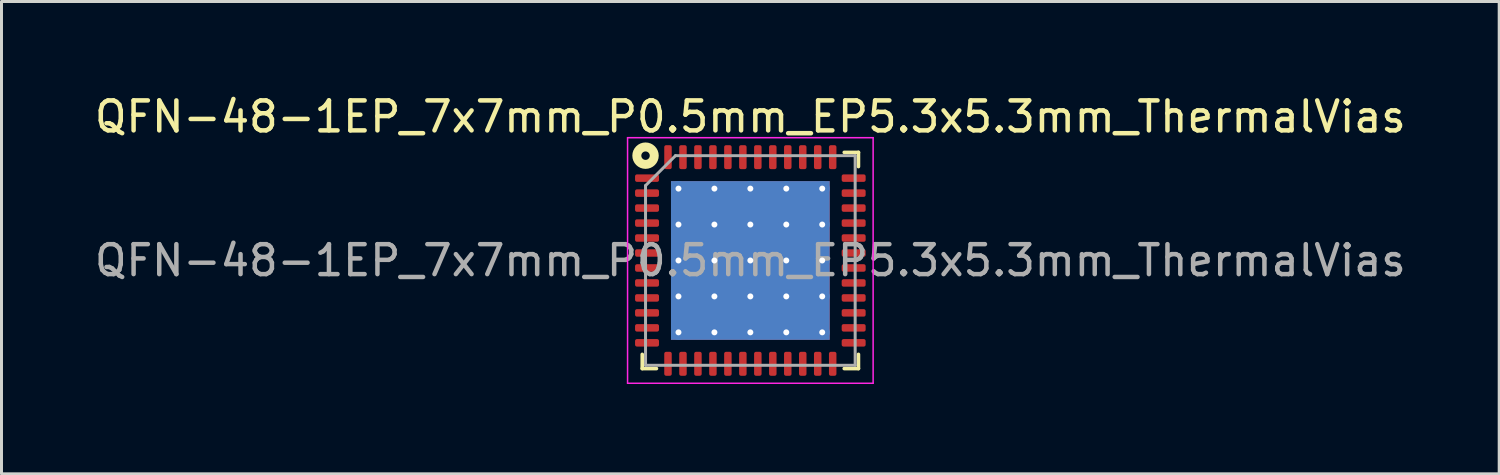
<source format=kicad_pcb>
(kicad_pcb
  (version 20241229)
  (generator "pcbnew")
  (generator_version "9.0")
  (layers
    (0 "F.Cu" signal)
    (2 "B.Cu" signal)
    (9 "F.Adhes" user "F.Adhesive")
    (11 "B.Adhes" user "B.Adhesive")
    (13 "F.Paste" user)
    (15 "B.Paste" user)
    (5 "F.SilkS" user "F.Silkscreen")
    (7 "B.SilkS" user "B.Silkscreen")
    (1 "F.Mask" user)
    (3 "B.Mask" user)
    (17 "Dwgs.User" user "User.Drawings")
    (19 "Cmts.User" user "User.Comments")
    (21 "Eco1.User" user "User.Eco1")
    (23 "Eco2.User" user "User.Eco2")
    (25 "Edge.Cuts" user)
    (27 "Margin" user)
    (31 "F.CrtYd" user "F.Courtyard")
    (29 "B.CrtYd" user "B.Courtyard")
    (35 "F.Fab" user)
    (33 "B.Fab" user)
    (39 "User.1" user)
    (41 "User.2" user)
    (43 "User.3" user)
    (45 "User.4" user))
  (footprint "QFN-48-1EP_7x7mm_P0.5mm_EP5.3x5.3mm_ThermalVias"
    (layer "F.Cu")
    (at 22.006 5.648)
    (property "Reference" "QFN-48-1EP_7x7mm_P0.5mm_EP5.3x5.3mm_ThermalVias" (at 0 -4.8 0) (layer "F.SilkS") (effects (font (size 1 1) (thickness 0.15))))
    (attr smd)
    (fp_line (start -3.61 3.61) (end -3.61 3.135) (stroke (width 0.12) (type solid)) (layer "F.SilkS"))
    (fp_line (start -3.135 3.61) (end -3.61 3.61) (stroke (width 0.12) (type solid)) (layer "F.SilkS"))
    (fp_line (start 3.135 -3.61) (end 3.61 -3.61) (stroke (width 0.12) (type solid)) (layer "F.SilkS"))
    (fp_line (start 3.135 3.61) (end 3.61 3.61) (stroke (width 0.12) (type solid)) (layer "F.SilkS"))
    (fp_line (start 3.61 -3.61) (end 3.61 -3.135) (stroke (width 0.12) (type solid)) (layer "F.SilkS"))
    (fp_line (start 3.61 3.61) (end 3.61 3.135) (stroke (width 0.12) (type solid)) (layer "F.SilkS"))
    (fp_circle (center -3.5 -3.5) (end -3.359 -3.5) (stroke (width 0.3) (type solid)) (fill no) (layer "F.SilkS"))
    (fp_line (start -4.1 -4.1) (end -4.1 4.1) (stroke (width 0.05) (type solid)) (layer "F.CrtYd"))
    (fp_line (start -4.1 4.1) (end 4.1 4.1) (stroke (width 0.05) (type solid)) (layer "F.CrtYd"))
    (fp_line (start 4.1 -4.1) (end -4.1 -4.1) (stroke (width 0.05) (type solid)) (layer "F.CrtYd"))
    (fp_line (start 4.1 4.1) (end 4.1 -4.1) (stroke (width 0.05) (type solid)) (layer "F.CrtYd"))
    (fp_line (start -3.5 -2.5) (end -2.5 -3.5) (stroke (width 0.1) (type solid)) (layer "F.Fab"))
    (fp_line (start -3.5 3.5) (end -3.5 -2.5) (stroke (width 0.1) (type solid)) (layer "F.Fab"))
    (fp_line (start -2.5 -3.5) (end 3.5 -3.5) (stroke (width 0.1) (type solid)) (layer "F.Fab"))
    (fp_line (start 3.5 -3.5) (end 3.5 3.5) (stroke (width 0.1) (type solid)) (layer "F.Fab"))
    (fp_line (start 3.5 3.5) (end -3.5 3.5) (stroke (width 0.1) (type solid)) (layer "F.Fab"))
    (fp_text user "${REFERENCE}" (at 0 0 0) (layer "F.Fab") (effects (font (size 1 1) (thickness 0.15))))
    (pad "" smd roundrect (at -1.8 -1.8) (size 1.026 1.026) (layers "F.Paste") (roundrect_rratio 0.244))
    (pad "" smd roundrect (at -1.8 -0.6) (size 1.026 1.026) (layers "F.Paste") (roundrect_rratio 0.244))
    (pad "" smd roundrect (at -1.8 0.6) (size 1.026 1.026) (layers "F.Paste") (roundrect_rratio 0.244))
    (pad "" smd roundrect (at -1.8 1.8) (size 1.026 1.026) (layers "F.Paste") (roundrect_rratio 0.244))
    (pad "" smd roundrect (at -0.6 -1.8) (size 1.026 1.026) (layers "F.Paste") (roundrect_rratio 0.244))
    (pad "" smd roundrect (at -0.6 -0.6) (size 1.026 1.026) (layers "F.Paste") (roundrect_rratio 0.244))
    (pad "" smd roundrect (at -0.6 0.6) (size 1.026 1.026) (layers "F.Paste") (roundrect_rratio 0.244))
    (pad "" smd roundrect (at -0.6 1.8) (size 1.026 1.026) (layers "F.Paste") (roundrect_rratio 0.244))
    (pad "" smd roundrect (at 0.6 -1.8) (size 1.026 1.026) (layers "F.Paste") (roundrect_rratio 0.244))
    (pad "" smd roundrect (at 0.6 -0.6) (size 1.026 1.026) (layers "F.Paste") (roundrect_rratio 0.244))
    (pad "" smd roundrect (at 0.6 0.6) (size 1.026 1.026) (layers "F.Paste") (roundrect_rratio 0.244))
    (pad "" smd roundrect (at 0.6 1.8) (size 1.026 1.026) (layers "F.Paste") (roundrect_rratio 0.244))
    (pad "" smd roundrect (at 1.8 -1.8) (size 1.026 1.026) (layers "F.Paste") (roundrect_rratio 0.244))
    (pad "" smd roundrect (at 1.8 -0.6) (size 1.026 1.026) (layers "F.Paste") (roundrect_rratio 0.244))
    (pad "" smd roundrect (at 1.8 0.6) (size 1.026 1.026) (layers "F.Paste") (roundrect_rratio 0.244))
    (pad "" smd roundrect (at 1.8 1.8) (size 1.026 1.026) (layers "F.Paste") (roundrect_rratio 0.244))
    (pad "1" smd roundrect (at -3.45 -2.75) (size 0.8 0.25) (layers "F.Cu" "F.Mask" "F.Paste") (roundrect_rratio 0.25))
    (pad "2" smd roundrect (at -3.45 -2.25) (size 0.8 0.25) (layers "F.Cu" "F.Mask" "F.Paste") (roundrect_rratio 0.25))
    (pad "3" smd roundrect (at -3.45 -1.75) (size 0.8 0.25) (layers "F.Cu" "F.Mask" "F.Paste") (roundrect_rratio 0.25))
    (pad "4" smd roundrect (at -3.45 -1.25) (size 0.8 0.25) (layers "F.Cu" "F.Mask" "F.Paste") (roundrect_rratio 0.25))
    (pad "5" smd roundrect (at -3.45 -0.75) (size 0.8 0.25) (layers "F.Cu" "F.Mask" "F.Paste") (roundrect_rratio 0.25))
    (pad "6" smd roundrect (at -3.45 -0.25) (size 0.8 0.25) (layers "F.Cu" "F.Mask" "F.Paste") (roundrect_rratio 0.25))
    (pad "7" smd roundrect (at -3.45 0.25) (size 0.8 0.25) (layers "F.Cu" "F.Mask" "F.Paste") (roundrect_rratio 0.25))
    (pad "8" smd roundrect (at -3.45 0.75) (size 0.8 0.25) (layers "F.Cu" "F.Mask" "F.Paste") (roundrect_rratio 0.25))
    (pad "9" smd roundrect (at -3.45 1.25) (size 0.8 0.25) (layers "F.Cu" "F.Mask" "F.Paste") (roundrect_rratio 0.25))
    (pad "10" smd roundrect (at -3.45 1.75) (size 0.8 0.25) (layers "F.Cu" "F.Mask" "F.Paste") (roundrect_rratio 0.25))
    (pad "11" smd roundrect (at -3.45 2.25) (size 0.8 0.25) (layers "F.Cu" "F.Mask" "F.Paste") (roundrect_rratio 0.25))
    (pad "12" smd roundrect (at -3.45 2.75) (size 0.8 0.25) (layers "F.Cu" "F.Mask" "F.Paste") (roundrect_rratio 0.25))
    (pad "13" smd roundrect (at -2.75 3.45) (size 0.25 0.8) (layers "F.Cu" "F.Mask" "F.Paste") (roundrect_rratio 0.25))
    (pad "14" smd roundrect (at -2.25 3.45) (size 0.25 0.8) (layers "F.Cu" "F.Mask" "F.Paste") (roundrect_rratio 0.25))
    (pad "15" smd roundrect (at -1.75 3.45) (size 0.25 0.8) (layers "F.Cu" "F.Mask" "F.Paste") (roundrect_rratio 0.25))
    (pad "16" smd roundrect (at -1.25 3.45) (size 0.25 0.8) (layers "F.Cu" "F.Mask" "F.Paste") (roundrect_rratio 0.25))
    (pad "17" smd roundrect (at -0.75 3.45) (size 0.25 0.8) (layers "F.Cu" "F.Mask" "F.Paste") (roundrect_rratio 0.25))
    (pad "18" smd roundrect (at -0.25 3.45) (size 0.25 0.8) (layers "F.Cu" "F.Mask" "F.Paste") (roundrect_rratio 0.25))
    (pad "19" smd roundrect (at 0.25 3.45) (size 0.25 0.8) (layers "F.Cu" "F.Mask" "F.Paste") (roundrect_rratio 0.25))
    (pad "20" smd roundrect (at 0.75 3.45) (size 0.25 0.8) (layers "F.Cu" "F.Mask" "F.Paste") (roundrect_rratio 0.25))
    (pad "21" smd roundrect (at 1.25 3.45) (size 0.25 0.8) (layers "F.Cu" "F.Mask" "F.Paste") (roundrect_rratio 0.25))
    (pad "22" smd roundrect (at 1.75 3.45) (size 0.25 0.8) (layers "F.Cu" "F.Mask" "F.Paste") (roundrect_rratio 0.25))
    (pad "23" smd roundrect (at 2.25 3.45) (size 0.25 0.8) (layers "F.Cu" "F.Mask" "F.Paste") (roundrect_rratio 0.25))
    (pad "24" smd roundrect (at 2.75 3.45) (size 0.25 0.8) (layers "F.Cu" "F.Mask" "F.Paste") (roundrect_rratio 0.25))
    (pad "25" smd roundrect (at 3.45 2.75) (size 0.8 0.25) (layers "F.Cu" "F.Mask" "F.Paste") (roundrect_rratio 0.25))
    (pad "26" smd roundrect (at 3.45 2.25) (size 0.8 0.25) (layers "F.Cu" "F.Mask" "F.Paste") (roundrect_rratio 0.25))
    (pad "27" smd roundrect (at 3.45 1.75) (size 0.8 0.25) (layers "F.Cu" "F.Mask" "F.Paste") (roundrect_rratio 0.25))
    (pad "28" smd roundrect (at 3.45 1.25) (size 0.8 0.25) (layers "F.Cu" "F.Mask" "F.Paste") (roundrect_rratio 0.25))
    (pad "29" smd roundrect (at 3.45 0.75) (size 0.8 0.25) (layers "F.Cu" "F.Mask" "F.Paste") (roundrect_rratio 0.25))
    (pad "30" smd roundrect (at 3.45 0.25) (size 0.8 0.25) (layers "F.Cu" "F.Mask" "F.Paste") (roundrect_rratio 0.25))
    (pad "31" smd roundrect (at 3.45 -0.25) (size 0.8 0.25) (layers "F.Cu" "F.Mask" "F.Paste") (roundrect_rratio 0.25))
    (pad "32" smd roundrect (at 3.45 -0.75) (size 0.8 0.25) (layers "F.Cu" "F.Mask" "F.Paste") (roundrect_rratio 0.25))
    (pad "33" smd roundrect (at 3.45 -1.25) (size 0.8 0.25) (layers "F.Cu" "F.Mask" "F.Paste") (roundrect_rratio 0.25))
    (pad "34" smd roundrect (at 3.45 -1.75) (size 0.8 0.25) (layers "F.Cu" "F.Mask" "F.Paste") (roundrect_rratio 0.25))
    (pad "35" smd roundrect (at 3.45 -2.25) (size 0.8 0.25) (layers "F.Cu" "F.Mask" "F.Paste") (roundrect_rratio 0.25))
    (pad "36" smd roundrect (at 3.45 -2.75) (size 0.8 0.25) (layers "F.Cu" "F.Mask" "F.Paste") (roundrect_rratio 0.25))
    (pad "37" smd roundrect (at 2.75 -3.45) (size 0.25 0.8) (layers "F.Cu" "F.Mask" "F.Paste") (roundrect_rratio 0.25))
    (pad "38" smd roundrect (at 2.25 -3.45) (size 0.25 0.8) (layers "F.Cu" "F.Mask" "F.Paste") (roundrect_rratio 0.25))
    (pad "39" smd roundrect (at 1.75 -3.45) (size 0.25 0.8) (layers "F.Cu" "F.Mask" "F.Paste") (roundrect_rratio 0.25))
    (pad "40" smd roundrect (at 1.25 -3.45) (size 0.25 0.8) (layers "F.Cu" "F.Mask" "F.Paste") (roundrect_rratio 0.25))
    (pad "41" smd roundrect (at 0.75 -3.45) (size 0.25 0.8) (layers "F.Cu" "F.Mask" "F.Paste") (roundrect_rratio 0.25))
    (pad "42" smd roundrect (at 0.25 -3.45) (size 0.25 0.8) (layers "F.Cu" "F.Mask" "F.Paste") (roundrect_rratio 0.25))
    (pad "43" smd roundrect (at -0.25 -3.45) (size 0.25 0.8) (layers "F.Cu" "F.Mask" "F.Paste") (roundrect_rratio 0.25))
    (pad "44" smd roundrect (at -0.75 -3.45) (size 0.25 0.8) (layers "F.Cu" "F.Mask" "F.Paste") (roundrect_rratio 0.25))
    (pad "45" smd roundrect (at -1.25 -3.45) (size 0.25 0.8) (layers "F.Cu" "F.Mask" "F.Paste") (roundrect_rratio 0.25))
    (pad "46" smd roundrect (at -1.75 -3.45) (size 0.25 0.8) (layers "F.Cu" "F.Mask" "F.Paste") (roundrect_rratio 0.25))
    (pad "47" smd roundrect (at -2.25 -3.45) (size 0.25 0.8) (layers "F.Cu" "F.Mask" "F.Paste") (roundrect_rratio 0.25))
    (pad "48" smd roundrect (at -2.75 -3.45) (size 0.25 0.8) (layers "F.Cu" "F.Mask" "F.Paste") (roundrect_rratio 0.25))
    (pad "49" thru_hole circle (at -2.4 -2.4) (size 0.5 0.5) (drill 0.2) (layers "*.Cu"))
    (pad "49" thru_hole circle (at -2.4 -1.2) (size 0.5 0.5) (drill 0.2) (layers "*.Cu"))
    (pad "49" thru_hole circle (at -2.4 0) (size 0.5 0.5) (drill 0.2) (layers "*.Cu"))
    (pad "49" thru_hole circle (at -2.4 1.2) (size 0.5 0.5) (drill 0.2) (layers "*.Cu"))
    (pad "49" thru_hole circle (at -2.4 2.4) (size 0.5 0.5) (drill 0.2) (layers "*.Cu"))
    (pad "49" thru_hole circle (at -1.2 -2.4) (size 0.5 0.5) (drill 0.2) (layers "*.Cu"))
    (pad "49" thru_hole circle (at -1.2 -1.2) (size 0.5 0.5) (drill 0.2) (layers "*.Cu"))
    (pad "49" thru_hole circle (at -1.2 0) (size 0.5 0.5) (drill 0.2) (layers "*.Cu"))
    (pad "49" thru_hole circle (at -1.2 1.2) (size 0.5 0.5) (drill 0.2) (layers "*.Cu"))
    (pad "49" thru_hole circle (at -1.2 2.4) (size 0.5 0.5) (drill 0.2) (layers "*.Cu"))
    (pad "49" thru_hole circle (at 0 -2.4) (size 0.5 0.5) (drill 0.2) (layers "*.Cu"))
    (pad "49" thru_hole circle (at 0 -1.2) (size 0.5 0.5) (drill 0.2) (layers "*.Cu"))
    (pad "49" thru_hole circle (at 0 0) (size 0.5 0.5) (drill 0.2) (layers "*.Cu"))
    (pad "49" smd rect (at 0 0) (size 5.3 5.3) (layers "F.Cu" "F.Mask"))
    (pad "49" smd rect (at 0 0) (size 5.3 5.3) (layers "B.Cu"))
    (pad "49" thru_hole circle (at 0 1.2) (size 0.5 0.5) (drill 0.2) (layers "*.Cu"))
    (pad "49" thru_hole circle (at 0 2.4) (size 0.5 0.5) (drill 0.2) (layers "*.Cu"))
    (pad "49" thru_hole circle (at 1.2 -2.4) (size 0.5 0.5) (drill 0.2) (layers "*.Cu"))
    (pad "49" thru_hole circle (at 1.2 -1.2) (size 0.5 0.5) (drill 0.2) (layers "*.Cu"))
    (pad "49" thru_hole circle (at 1.2 0) (size 0.5 0.5) (drill 0.2) (layers "*.Cu"))
    (pad "49" thru_hole circle (at 1.2 1.2) (size 0.5 0.5) (drill 0.2) (layers "*.Cu"))
    (pad "49" thru_hole circle (at 1.2 2.4) (size 0.5 0.5) (drill 0.2) (layers "*.Cu"))
    (pad "49" thru_hole circle (at 2.4 -2.4) (size 0.5 0.5) (drill 0.2) (layers "*.Cu"))
    (pad "49" thru_hole circle (at 2.4 -1.2) (size 0.5 0.5) (drill 0.2) (layers "*.Cu"))
    (pad "49" thru_hole circle (at 2.4 0) (size 0.5 0.5) (drill 0.2) (layers "*.Cu"))
    (pad "49" thru_hole circle (at 2.4 1.2) (size 0.5 0.5) (drill 0.2) (layers "*.Cu"))
    (pad "49" thru_hole circle (at 2.4 2.4) (size 0.5 0.5) (drill 0.2) (layers "*.Cu")))
  (gr_rect
    (start -3 -3)
    (end 47.012 12.773)
    (stroke (width 0.1) (type default))
    (fill no)
    (layer "Edge.Cuts")))
</source>
